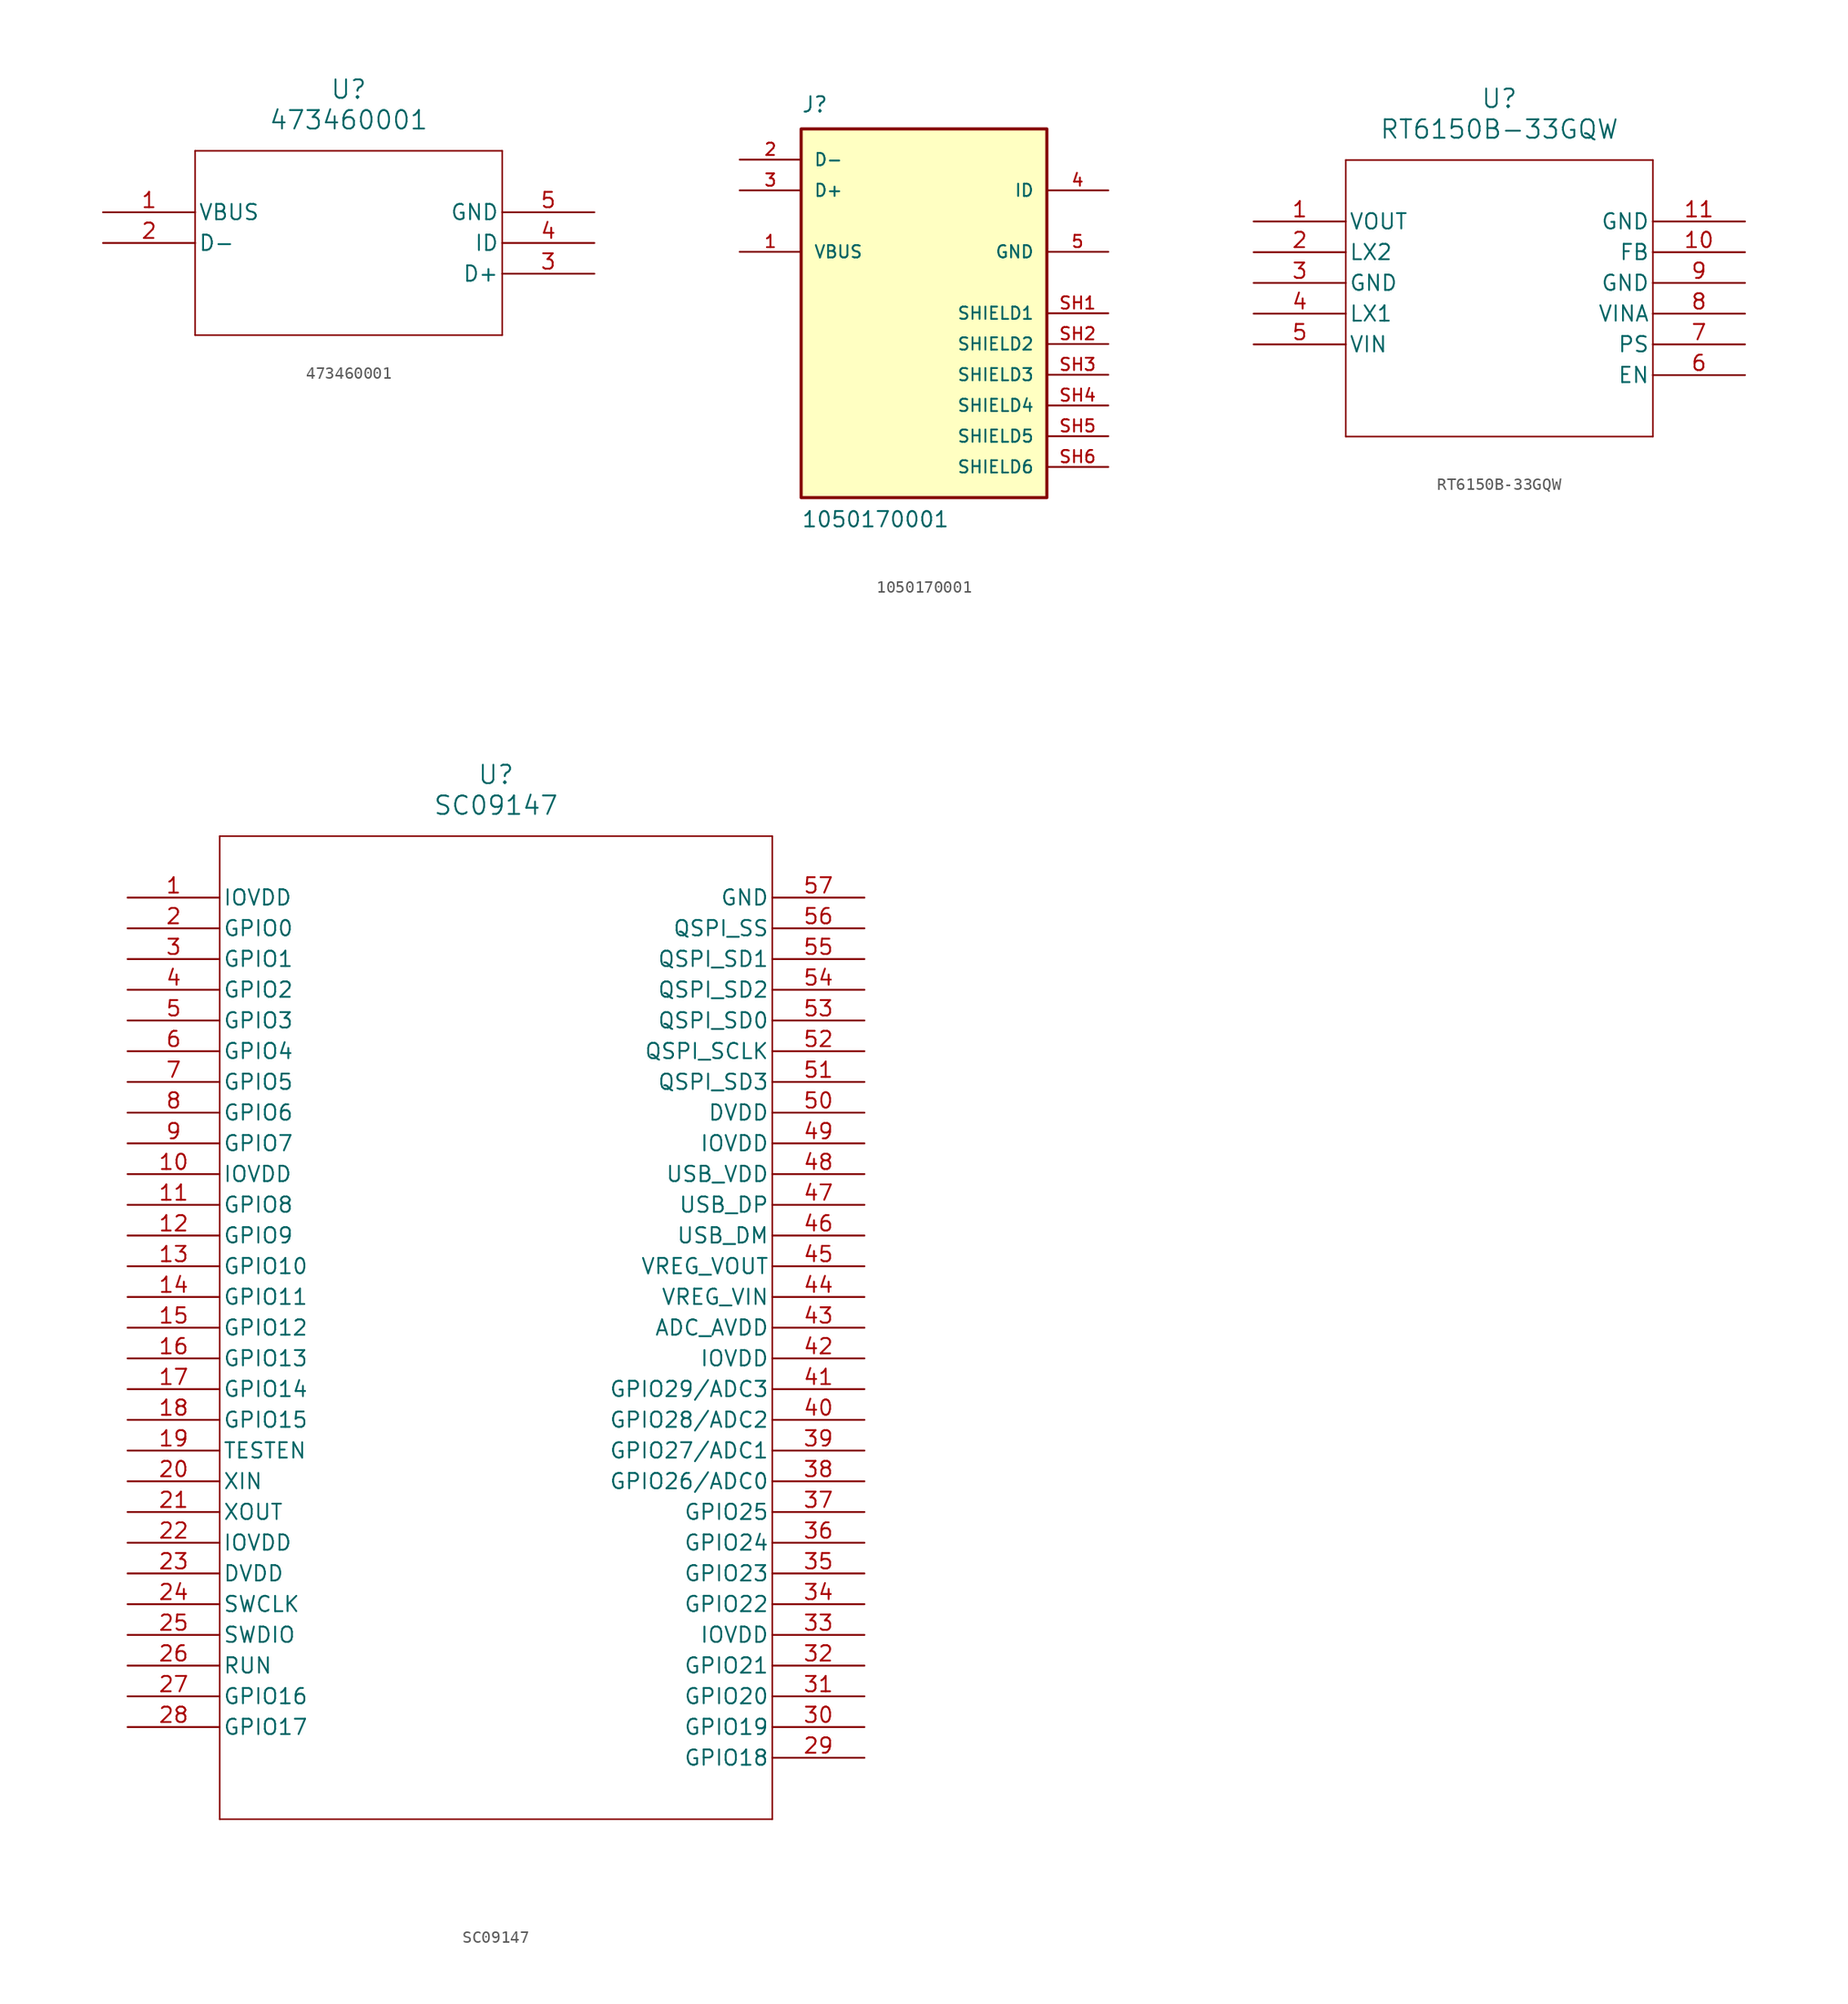
<source format=kicad_sym>
(kicad_symbol_lib
  (version 20231120)
  (generator "kicad_symbol_editor")
  (generator_version "8.0")
  (symbol "473460001"
    (pin_names
      (offset 0.254))
    (property "Reference" "U"
      (at 20.32 10.16 0)
      (effects (font (size 1.524 1.524))))
    (property "Value" "473460001"
      (at 20.32 7.62 0)
      (effects (font (size 1.524 1.524))))
    (property "ki_locked" ""
      (at 0 0 0)
      (effects (font (size 1.27 1.27))))
    (symbol "473460001_0_1"
      (polyline (pts (xy 7.62 -10.16) (xy 33.02 -10.16)) (stroke (width 0.127) (type default)) (fill (type none)))
      (polyline (pts (xy 7.62 5.08) (xy 7.62 -10.16)) (stroke (width 0.127) (type default)) (fill (type none)))
      (polyline (pts (xy 33.02 -10.16) (xy 33.02 5.08)) (stroke (width 0.127) (type default)) (fill (type none)))
      (polyline (pts (xy 33.02 5.08) (xy 7.62 5.08)) (stroke (width 0.127) (type default)) (fill (type none)))
      (pin unspecified line (at 0 0 0) (length 7.62) (name "VBUS" (effects (font (size 1.27 1.27)))) (number "1" (effects (font (size 1.27 1.27)))))
      (pin unspecified line (at 0 -2.54 0) (length 7.62) (name "D-" (effects (font (size 1.27 1.27)))) (number "2" (effects (font (size 1.27 1.27)))))
      (pin unspecified line (at 40.64 -5.08 180) (length 7.62) (name "D+" (effects (font (size 1.27 1.27)))) (number "3" (effects (font (size 1.27 1.27)))))
      (pin unspecified line (at 40.64 -2.54 180) (length 7.62) (name "ID" (effects (font (size 1.27 1.27)))) (number "4" (effects (font (size 1.27 1.27)))))
      (pin power_out line (at 40.64 0 180) (length 7.62) (name "GND" (effects (font (size 1.27 1.27)))) (number "5" (effects (font (size 1.27 1.27)))))))
  (symbol "1050170001"
    (pin_names
      (offset 1.016))
    (property "Reference" "J"
      (at -10.16 16.51 0)
      (effects (font (size 1.27 1.27)) (justify left bottom)))
    (property "Value" "1050170001"
      (at -10.16 -17.78 0)
      (effects (font (size 1.27 1.27)) (justify left bottom)))
    (symbol "1050170001_0_0"
      (rectangle (start -10.16 -15.24) (end 10.16 15.24) (stroke (width 0.254) (type default)) (fill (type background)))
      (pin power_in line (at -15.24 5.08 0) (length 5.08) (name "VBUS" (effects (font (size 1.016 1.016)))) (number "1" (effects (font (size 1.016 1.016)))))
      (pin bidirectional line (at -15.24 12.7 0) (length 5.08) (name "D-" (effects (font (size 1.016 1.016)))) (number "2" (effects (font (size 1.016 1.016)))))
      (pin bidirectional line (at -15.24 10.16 0) (length 5.08) (name "D+" (effects (font (size 1.016 1.016)))) (number "3" (effects (font (size 1.016 1.016)))))
      (pin bidirectional line (at 15.24 10.16 180) (length 5.08) (name "ID" (effects (font (size 1.016 1.016)))) (number "4" (effects (font (size 1.016 1.016)))))
      (pin power_in line (at 15.24 5.08 180) (length 5.08) (name "GND" (effects (font (size 1.016 1.016)))) (number "5" (effects (font (size 1.016 1.016)))))
      (pin passive line (at 15.24 0 180) (length 5.08) (name "SHIELD1" (effects (font (size 1.016 1.016)))) (number "SH1" (effects (font (size 1.016 1.016)))))
      (pin passive line (at 15.24 -2.54 180) (length 5.08) (name "SHIELD2" (effects (font (size 1.016 1.016)))) (number "SH2" (effects (font (size 1.016 1.016)))))
      (pin passive line (at 15.24 -5.08 180) (length 5.08) (name "SHIELD3" (effects (font (size 1.016 1.016)))) (number "SH3" (effects (font (size 1.016 1.016)))))
      (pin passive line (at 15.24 -7.62 180) (length 5.08) (name "SHIELD4" (effects (font (size 1.016 1.016)))) (number "SH4" (effects (font (size 1.016 1.016)))))
      (pin passive line (at 15.24 -10.16 180) (length 5.08) (name "SHIELD5" (effects (font (size 1.016 1.016)))) (number "SH5" (effects (font (size 1.016 1.016)))))
      (pin passive line (at 15.24 -12.7 180) (length 5.08) (name "SHIELD6" (effects (font (size 1.016 1.016)))) (number "SH6" (effects (font (size 1.016 1.016)))))))
  (symbol "RT6150B-33GQW"
    (pin_names
      (offset 0.254))
    (property "Reference" "U"
      (at 20.32 10.16 0)
      (effects (font (size 1.524 1.524))))
    (property "Value" "RT6150B-33GQW"
      (at 20.32 7.62 0)
      (effects (font (size 1.524 1.524))))
    (property "ki_locked" ""
      (at 0 0 0)
      (effects (font (size 1.27 1.27))))
    (symbol "RT6150B-33GQW_0_1"
      (polyline (pts (xy 7.62 -17.78) (xy 33.02 -17.78)) (stroke (width 0.127) (type default)) (fill (type none)))
      (polyline (pts (xy 7.62 5.08) (xy 7.62 -17.78)) (stroke (width 0.127) (type default)) (fill (type none)))
      (polyline (pts (xy 33.02 -17.78) (xy 33.02 5.08)) (stroke (width 0.127) (type default)) (fill (type none)))
      (polyline (pts (xy 33.02 5.08) (xy 7.62 5.08)) (stroke (width 0.127) (type default)) (fill (type none)))
      (pin output line (at 0 0 0) (length 7.62) (name "VOUT" (effects (font (size 1.27 1.27)))) (number "1" (effects (font (size 1.27 1.27)))))
      (pin input line (at 40.64 -2.54 180) (length 7.62) (name "FB" (effects (font (size 1.27 1.27)))) (number "10" (effects (font (size 1.27 1.27)))))
      (pin power_out line (at 40.64 0 180) (length 7.62) (name "GND" (effects (font (size 1.27 1.27)))) (number "11" (effects (font (size 1.27 1.27)))))
      (pin unspecified line (at 0 -2.54 0) (length 7.62) (name "LX2" (effects (font (size 1.27 1.27)))) (number "2" (effects (font (size 1.27 1.27)))))
      (pin power_out line (at 0 -5.08 0) (length 7.62) (name "GND" (effects (font (size 1.27 1.27)))) (number "3" (effects (font (size 1.27 1.27)))))
      (pin unspecified line (at 0 -7.62 0) (length 7.62) (name "LX1" (effects (font (size 1.27 1.27)))) (number "4" (effects (font (size 1.27 1.27)))))
      (pin power_in line (at 0 -10.16 0) (length 7.62) (name "VIN" (effects (font (size 1.27 1.27)))) (number "5" (effects (font (size 1.27 1.27)))))
      (pin input line (at 40.64 -12.7 180) (length 7.62) (name "EN" (effects (font (size 1.27 1.27)))) (number "6" (effects (font (size 1.27 1.27)))))
      (pin input line (at 40.64 -10.16 180) (length 7.62) (name "PS" (effects (font (size 1.27 1.27)))) (number "7" (effects (font (size 1.27 1.27)))))
      (pin input line (at 40.64 -7.62 180) (length 7.62) (name "VINA" (effects (font (size 1.27 1.27)))) (number "8" (effects (font (size 1.27 1.27)))))
      (pin power_out line (at 40.64 -5.08 180) (length 7.62) (name "GND" (effects (font (size 1.27 1.27)))) (number "9" (effects (font (size 1.27 1.27)))))))
  (symbol "SC09147"
    (pin_names
      (offset 0.254))
    (property "Reference" "U"
      (at 30.48 10.16 0)
      (effects (font (size 1.524 1.524))))
    (property "Value" "SC09147"
      (at 30.48 7.62 0)
      (effects (font (size 1.524 1.524))))
    (property "ki_locked" ""
      (at 0 0 0)
      (effects (font (size 1.27 1.27))))
    (symbol "SC09147_0_1"
      (polyline (pts (xy 7.62 -76.2) (xy 53.34 -76.2)) (stroke (width 0.127) (type default)) (fill (type none)))
      (polyline (pts (xy 7.62 5.08) (xy 7.62 -76.2)) (stroke (width 0.127) (type default)) (fill (type none)))
      (polyline (pts (xy 53.34 -76.2) (xy 53.34 5.08)) (stroke (width 0.127) (type default)) (fill (type none)))
      (polyline (pts (xy 53.34 5.08) (xy 7.62 5.08)) (stroke (width 0.127) (type default)) (fill (type none)))
      (pin power_in line (at 0 0 0) (length 7.62) (name "IOVDD" (effects (font (size 1.27 1.27)))) (number "1" (effects (font (size 1.27 1.27)))))
      (pin power_in line (at 0 -22.86 0) (length 7.62) (name "IOVDD" (effects (font (size 1.27 1.27)))) (number "10" (effects (font (size 1.27 1.27)))))
      (pin bidirectional line (at 0 -25.4 0) (length 7.62) (name "GPIO8" (effects (font (size 1.27 1.27)))) (number "11" (effects (font (size 1.27 1.27)))))
      (pin bidirectional line (at 0 -27.94 0) (length 7.62) (name "GPIO9" (effects (font (size 1.27 1.27)))) (number "12" (effects (font (size 1.27 1.27)))))
      (pin bidirectional line (at 0 -30.48 0) (length 7.62) (name "GPIO10" (effects (font (size 1.27 1.27)))) (number "13" (effects (font (size 1.27 1.27)))))
      (pin bidirectional line (at 0 -33.02 0) (length 7.62) (name "GPIO11" (effects (font (size 1.27 1.27)))) (number "14" (effects (font (size 1.27 1.27)))))
      (pin bidirectional line (at 0 -35.56 0) (length 7.62) (name "GPIO12" (effects (font (size 1.27 1.27)))) (number "15" (effects (font (size 1.27 1.27)))))
      (pin bidirectional line (at 0 -38.1 0) (length 7.62) (name "GPIO13" (effects (font (size 1.27 1.27)))) (number "16" (effects (font (size 1.27 1.27)))))
      (pin bidirectional line (at 0 -40.64 0) (length 7.62) (name "GPIO14" (effects (font (size 1.27 1.27)))) (number "17" (effects (font (size 1.27 1.27)))))
      (pin bidirectional line (at 0 -43.18 0) (length 7.62) (name "GPIO15" (effects (font (size 1.27 1.27)))) (number "18" (effects (font (size 1.27 1.27)))))
      (pin input line (at 0 -45.72 0) (length 7.62) (name "TESTEN" (effects (font (size 1.27 1.27)))) (number "19" (effects (font (size 1.27 1.27)))))
      (pin bidirectional line (at 0 -2.54 0) (length 7.62) (name "GPIO0" (effects (font (size 1.27 1.27)))) (number "2" (effects (font (size 1.27 1.27)))))
      (pin input line (at 0 -48.26 0) (length 7.62) (name "XIN" (effects (font (size 1.27 1.27)))) (number "20" (effects (font (size 1.27 1.27)))))
      (pin output line (at 0 -50.8 0) (length 7.62) (name "XOUT" (effects (font (size 1.27 1.27)))) (number "21" (effects (font (size 1.27 1.27)))))
      (pin power_in line (at 0 -53.34 0) (length 7.62) (name "IOVDD" (effects (font (size 1.27 1.27)))) (number "22" (effects (font (size 1.27 1.27)))))
      (pin power_in line (at 0 -55.88 0) (length 7.62) (name "DVDD" (effects (font (size 1.27 1.27)))) (number "23" (effects (font (size 1.27 1.27)))))
      (pin input line (at 0 -58.42 0) (length 7.62) (name "SWCLK" (effects (font (size 1.27 1.27)))) (number "24" (effects (font (size 1.27 1.27)))))
      (pin bidirectional line (at 0 -60.96 0) (length 7.62) (name "SWDIO" (effects (font (size 1.27 1.27)))) (number "25" (effects (font (size 1.27 1.27)))))
      (pin input line (at 0 -63.5 0) (length 7.62) (name "RUN" (effects (font (size 1.27 1.27)))) (number "26" (effects (font (size 1.27 1.27)))))
      (pin bidirectional line (at 0 -66.04 0) (length 7.62) (name "GPIO16" (effects (font (size 1.27 1.27)))) (number "27" (effects (font (size 1.27 1.27)))))
      (pin bidirectional line (at 0 -68.58 0) (length 7.62) (name "GPIO17" (effects (font (size 1.27 1.27)))) (number "28" (effects (font (size 1.27 1.27)))))
      (pin bidirectional line (at 60.96 -71.12 180) (length 7.62) (name "GPIO18" (effects (font (size 1.27 1.27)))) (number "29" (effects (font (size 1.27 1.27)))))
      (pin bidirectional line (at 0 -5.08 0) (length 7.62) (name "GPIO1" (effects (font (size 1.27 1.27)))) (number "3" (effects (font (size 1.27 1.27)))))
      (pin bidirectional line (at 60.96 -68.58 180) (length 7.62) (name "GPIO19" (effects (font (size 1.27 1.27)))) (number "30" (effects (font (size 1.27 1.27)))))
      (pin bidirectional line (at 60.96 -66.04 180) (length 7.62) (name "GPIO20" (effects (font (size 1.27 1.27)))) (number "31" (effects (font (size 1.27 1.27)))))
      (pin bidirectional line (at 60.96 -63.5 180) (length 7.62) (name "GPIO21" (effects (font (size 1.27 1.27)))) (number "32" (effects (font (size 1.27 1.27)))))
      (pin power_in line (at 60.96 -60.96 180) (length 7.62) (name "IOVDD" (effects (font (size 1.27 1.27)))) (number "33" (effects (font (size 1.27 1.27)))))
      (pin bidirectional line (at 60.96 -58.42 180) (length 7.62) (name "GPIO22" (effects (font (size 1.27 1.27)))) (number "34" (effects (font (size 1.27 1.27)))))
      (pin bidirectional line (at 60.96 -55.88 180) (length 7.62) (name "GPIO23" (effects (font (size 1.27 1.27)))) (number "35" (effects (font (size 1.27 1.27)))))
      (pin bidirectional line (at 60.96 -53.34 180) (length 7.62) (name "GPIO24" (effects (font (size 1.27 1.27)))) (number "36" (effects (font (size 1.27 1.27)))))
      (pin bidirectional line (at 60.96 -50.8 180) (length 7.62) (name "GPIO25" (effects (font (size 1.27 1.27)))) (number "37" (effects (font (size 1.27 1.27)))))
      (pin bidirectional line (at 60.96 -48.26 180) (length 7.62) (name "GPIO26/ADC0" (effects (font (size 1.27 1.27)))) (number "38" (effects (font (size 1.27 1.27)))))
      (pin bidirectional line (at 60.96 -45.72 180) (length 7.62) (name "GPIO27/ADC1" (effects (font (size 1.27 1.27)))) (number "39" (effects (font (size 1.27 1.27)))))
      (pin bidirectional line (at 0 -7.62 0) (length 7.62) (name "GPIO2" (effects (font (size 1.27 1.27)))) (number "4" (effects (font (size 1.27 1.27)))))
      (pin bidirectional line (at 60.96 -43.18 180) (length 7.62) (name "GPIO28/ADC2" (effects (font (size 1.27 1.27)))) (number "40" (effects (font (size 1.27 1.27)))))
      (pin bidirectional line (at 60.96 -40.64 180) (length 7.62) (name "GPIO29/ADC3" (effects (font (size 1.27 1.27)))) (number "41" (effects (font (size 1.27 1.27)))))
      (pin power_in line (at 60.96 -38.1 180) (length 7.62) (name "IOVDD" (effects (font (size 1.27 1.27)))) (number "42" (effects (font (size 1.27 1.27)))))
      (pin power_in line (at 60.96 -35.56 180) (length 7.62) (name "ADC_AVDD" (effects (font (size 1.27 1.27)))) (number "43" (effects (font (size 1.27 1.27)))))
      (pin power_in line (at 60.96 -33.02 180) (length 7.62) (name "VREG_VIN" (effects (font (size 1.27 1.27)))) (number "44" (effects (font (size 1.27 1.27)))))
      (pin power_in line (at 60.96 -30.48 180) (length 7.62) (name "VREG_VOUT" (effects (font (size 1.27 1.27)))) (number "45" (effects (font (size 1.27 1.27)))))
      (pin bidirectional line (at 60.96 -27.94 180) (length 7.62) (name "USB_DM" (effects (font (size 1.27 1.27)))) (number "46" (effects (font (size 1.27 1.27)))))
      (pin bidirectional line (at 60.96 -25.4 180) (length 7.62) (name "USB_DP" (effects (font (size 1.27 1.27)))) (number "47" (effects (font (size 1.27 1.27)))))
      (pin power_in line (at 60.96 -22.86 180) (length 7.62) (name "USB_VDD" (effects (font (size 1.27 1.27)))) (number "48" (effects (font (size 1.27 1.27)))))
      (pin power_in line (at 60.96 -20.32 180) (length 7.62) (name "IOVDD" (effects (font (size 1.27 1.27)))) (number "49" (effects (font (size 1.27 1.27)))))
      (pin bidirectional line (at 0 -10.16 0) (length 7.62) (name "GPIO3" (effects (font (size 1.27 1.27)))) (number "5" (effects (font (size 1.27 1.27)))))
      (pin power_in line (at 60.96 -17.78 180) (length 7.62) (name "DVDD" (effects (font (size 1.27 1.27)))) (number "50" (effects (font (size 1.27 1.27)))))
      (pin power_out line (at 60.96 0 180) (length 7.62) (name "GND" (effects (font (size 1.27 1.27)))) (number "57" (effects (font (size 1.27 1.27)))))
      (pin bidirectional line (at 0 -12.7 0) (length 7.62) (name "GPIO4" (effects (font (size 1.27 1.27)))) (number "6" (effects (font (size 1.27 1.27)))))
      (pin bidirectional line (at 0 -15.24 0) (length 7.62) (name "GPIO5" (effects (font (size 1.27 1.27)))) (number "7" (effects (font (size 1.27 1.27)))))
      (pin bidirectional line (at 0 -17.78 0) (length 7.62) (name "GPIO6" (effects (font (size 1.27 1.27)))) (number "8" (effects (font (size 1.27 1.27)))))
      (pin bidirectional line (at 0 -20.32 0) (length 7.62) (name "GPIO7" (effects (font (size 1.27 1.27)))) (number "9" (effects (font (size 1.27 1.27))))))
    (symbol "SC09147_1_1"
      (pin bidirectional line (at 60.96 -15.24 180) (length 7.62) (name "QSPI_SD3" (effects (font (size 1.27 1.27)))) (number "51" (effects (font (size 1.27 1.27)))))
      (pin bidirectional line (at 60.96 -12.7 180) (length 7.62) (name "QSPI_SCLK" (effects (font (size 1.27 1.27)))) (number "52" (effects (font (size 1.27 1.27)))))
      (pin bidirectional line (at 60.96 -10.16 180) (length 7.62) (name "QSPI_SD0" (effects (font (size 1.27 1.27)))) (number "53" (effects (font (size 1.27 1.27)))))
      (pin bidirectional line (at 60.96 -7.62 180) (length 7.62) (name "QSPI_SD2" (effects (font (size 1.27 1.27)))) (number "54" (effects (font (size 1.27 1.27)))))
      (pin bidirectional line (at 60.96 -5.08 180) (length 7.62) (name "QSPI_SD1" (effects (font (size 1.27 1.27)))) (number "55" (effects (font (size 1.27 1.27)))))
      (pin bidirectional line (at 60.96 -2.54 180) (length 7.62) (name "QSPI_SS" (effects (font (size 1.27 1.27)))) (number "56" (effects (font (size 1.27 1.27))))))))
</source>
